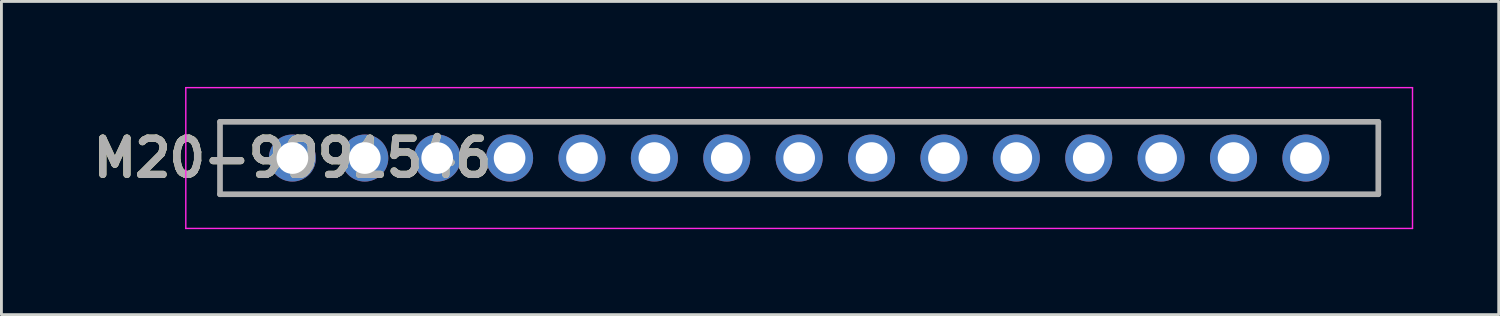
<source format=kicad_pcb>
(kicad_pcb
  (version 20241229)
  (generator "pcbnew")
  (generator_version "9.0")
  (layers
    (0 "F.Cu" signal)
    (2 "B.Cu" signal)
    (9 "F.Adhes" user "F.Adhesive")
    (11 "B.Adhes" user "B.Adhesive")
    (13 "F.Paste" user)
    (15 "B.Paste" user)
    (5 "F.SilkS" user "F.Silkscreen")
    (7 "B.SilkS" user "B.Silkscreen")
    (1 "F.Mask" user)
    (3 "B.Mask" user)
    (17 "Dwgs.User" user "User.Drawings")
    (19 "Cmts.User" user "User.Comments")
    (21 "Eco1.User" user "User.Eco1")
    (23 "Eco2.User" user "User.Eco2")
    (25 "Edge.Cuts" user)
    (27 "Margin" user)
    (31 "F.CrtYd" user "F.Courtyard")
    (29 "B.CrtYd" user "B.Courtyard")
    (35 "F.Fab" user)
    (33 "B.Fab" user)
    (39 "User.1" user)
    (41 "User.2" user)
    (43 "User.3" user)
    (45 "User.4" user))
  (footprint "M20-9991546"
    (layer "F.Cu")
    (at 7.209 2.495)
    (property "Reference" "M20-9991546" (at 0 0 0) (layer "F.SilkS") (effects (font (size 1.27 1.27) (thickness 0.254))))
    (attr through_hole)
    (fp_line (start -2.54 -1.27) (end 38.1 -1.27) (stroke (width 0.1) (type solid)) (layer "F.SilkS"))
    (fp_line (start -2.54 1.27) (end -2.54 -1.27) (stroke (width 0.1) (type solid)) (layer "F.SilkS"))
    (fp_line (start 38.1 -1.27) (end 38.1 1.27) (stroke (width 0.1) (type solid)) (layer "F.SilkS"))
    (fp_line (start 38.1 1.27) (end -2.54 1.27) (stroke (width 0.1) (type solid)) (layer "F.SilkS"))
    (fp_line (start -3.74 -2.47) (end 39.3 -2.47) (stroke (width 0.05) (type solid)) (layer "F.CrtYd"))
    (fp_line (start -3.74 2.47) (end -3.74 -2.47) (stroke (width 0.05) (type solid)) (layer "F.CrtYd"))
    (fp_line (start 39.3 -2.47) (end 39.3 2.47) (stroke (width 0.05) (type solid)) (layer "F.CrtYd"))
    (fp_line (start 39.3 2.47) (end -3.74 2.47) (stroke (width 0.05) (type solid)) (layer "F.CrtYd"))
    (fp_line (start -2.54 -1.27) (end 38.1 -1.27) (stroke (width 0.2) (type solid)) (layer "F.Fab"))
    (fp_line (start -2.54 1.27) (end -2.54 -1.27) (stroke (width 0.2) (type solid)) (layer "F.Fab"))
    (fp_line (start 38.1 -1.27) (end 38.1 1.27) (stroke (width 0.2) (type solid)) (layer "F.Fab"))
    (fp_line (start 38.1 1.27) (end -2.54 1.27) (stroke (width 0.2) (type solid)) (layer "F.Fab"))
    (fp_text user "${REFERENCE}" (at 0 0 0) (layer "F.Fab") (effects (font (size 1.27 1.27) (thickness 0.254))))
    (pad "1" thru_hole circle (at 0 0) (size 1.65 1.65) (drill 1.11) (layers "*.Cu" "*.Mask"))
    (pad "2" thru_hole circle (at 2.54 0) (size 1.65 1.65) (drill 1.11) (layers "*.Cu" "*.Mask"))
    (pad "3" thru_hole circle (at 5.08 0) (size 1.65 1.65) (drill 1.11) (layers "*.Cu" "*.Mask"))
    (pad "4" thru_hole circle (at 7.62 0) (size 1.65 1.65) (drill 1.11) (layers "*.Cu" "*.Mask"))
    (pad "5" thru_hole circle (at 10.16 0) (size 1.65 1.65) (drill 1.11) (layers "*.Cu" "*.Mask"))
    (pad "6" thru_hole circle (at 12.7 0) (size 1.65 1.65) (drill 1.11) (layers "*.Cu" "*.Mask"))
    (pad "7" thru_hole circle (at 15.24 0) (size 1.65 1.65) (drill 1.11) (layers "*.Cu" "*.Mask"))
    (pad "8" thru_hole circle (at 17.78 0) (size 1.65 1.65) (drill 1.11) (layers "*.Cu" "*.Mask"))
    (pad "9" thru_hole circle (at 20.32 0) (size 1.65 1.65) (drill 1.11) (layers "*.Cu" "*.Mask"))
    (pad "10" thru_hole circle (at 22.86 0) (size 1.65 1.65) (drill 1.11) (layers "*.Cu" "*.Mask"))
    (pad "11" thru_hole circle (at 25.4 0) (size 1.65 1.65) (drill 1.11) (layers "*.Cu" "*.Mask"))
    (pad "12" thru_hole circle (at 27.94 0) (size 1.65 1.65) (drill 1.11) (layers "*.Cu" "*.Mask"))
    (pad "13" thru_hole circle (at 30.48 0) (size 1.65 1.65) (drill 1.11) (layers "*.Cu" "*.Mask"))
    (pad "14" thru_hole circle (at 33.02 0) (size 1.65 1.65) (drill 1.11) (layers "*.Cu" "*.Mask"))
    (pad "15" thru_hole circle (at 35.56 0) (size 1.65 1.65) (drill 1.11) (layers "*.Cu" "*.Mask")))
  (gr_rect
    (start -3 -3)
    (end 49.534 7.99)
    (stroke (width 0.1) (type default))
    (fill no)
    (layer "Edge.Cuts")))
</source>
